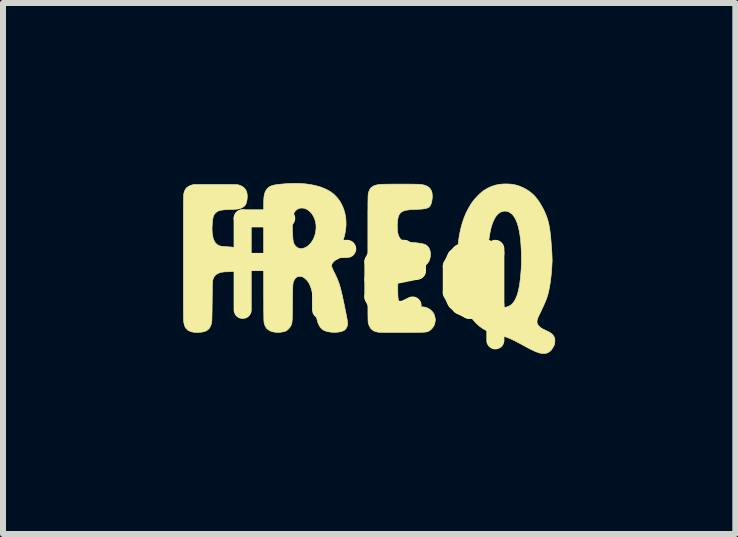
<source format=kicad_pcb>
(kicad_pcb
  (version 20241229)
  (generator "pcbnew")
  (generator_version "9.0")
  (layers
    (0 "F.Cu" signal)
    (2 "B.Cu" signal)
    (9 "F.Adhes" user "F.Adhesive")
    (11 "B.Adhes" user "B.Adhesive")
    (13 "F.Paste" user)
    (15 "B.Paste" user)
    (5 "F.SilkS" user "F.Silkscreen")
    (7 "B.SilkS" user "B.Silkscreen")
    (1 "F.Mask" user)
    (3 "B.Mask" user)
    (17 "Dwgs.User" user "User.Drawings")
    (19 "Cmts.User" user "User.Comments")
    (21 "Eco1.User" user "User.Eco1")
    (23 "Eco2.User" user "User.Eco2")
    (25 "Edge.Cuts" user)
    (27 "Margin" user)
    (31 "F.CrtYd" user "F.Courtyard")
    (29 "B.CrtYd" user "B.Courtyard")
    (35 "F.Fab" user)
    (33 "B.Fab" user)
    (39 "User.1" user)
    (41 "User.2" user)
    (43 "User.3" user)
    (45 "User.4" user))
  (footprint "Freq"
    (layer "F.Cu")
    (at 3.097 1.422)
    (property "Reference" "Freq" (at 0 0 0) (layer "F.SilkS") (effects (font (size 1.524 1.524) (thickness 0.3))))
    (attr through_hole)
    (fp_poly (pts (xy -2.495 -1.399) (xy -2.439 -1.399) (xy -2.39 -1.399) (xy -2.349 -1.399) (xy -2.313 -1.399) (xy -2.283 -1.398) (xy -2.258 -1.398) (xy -2.237 -1.398) (xy -2.221 -1.397) (xy -2.207 -1.396) (xy -2.197 -1.396) (xy -2.188 -1.395) (xy -2.182 -1.394) (xy -2.176 -1.392) (xy -2.172 -1.392) (xy -2.131 -1.377) (xy -2.097 -1.357) (xy -2.07 -1.333) (xy -2.05 -1.304) (xy -2.036 -1.269) (xy -2.029 -1.229) (xy -2.028 -1.2) (xy -2.029 -1.174) (xy -2.032 -1.146) (xy -2.037 -1.118) (xy -2.043 -1.093) (xy -2.049 -1.078) (xy -2.065 -1.05) (xy -2.088 -1.028) (xy -2.119 -1.01) (xy -2.156 -0.996) (xy -2.172 -0.992) (xy -2.185 -0.99) (xy -2.206 -0.988) (xy -2.233 -0.986) (xy -2.265 -0.984) (xy -2.301 -0.983) (xy -2.317 -0.982) (xy -2.364 -0.98) (xy -2.404 -0.978) (xy -2.437 -0.974) (xy -2.465 -0.97) (xy -2.488 -0.965) (xy -2.508 -0.958) (xy -2.525 -0.949) (xy -2.54 -0.939) (xy -2.554 -0.927) (xy -2.569 -0.912) (xy -2.58 -0.895) (xy -2.589 -0.876) (xy -2.597 -0.852) (xy -2.603 -0.824) (xy -2.607 -0.789) (xy -2.611 -0.747) (xy -2.612 -0.734) (xy -2.615 -0.665) (xy -2.613 -0.603) (xy -2.606 -0.549) (xy -2.596 -0.502) (xy -2.58 -0.462) (xy -2.561 -0.429) (xy -2.537 -0.404) (xy -2.509 -0.385) (xy -2.498 -0.381) (xy -2.487 -0.377) (xy -2.475 -0.373) (xy -2.459 -0.37) (xy -2.44 -0.368) (xy -2.416 -0.365) (xy -2.386 -0.363) (xy -2.349 -0.361) (xy -2.337 -0.36) (xy -2.284 -0.356) (xy -2.239 -0.35) (xy -2.2 -0.343) (xy -2.168 -0.334) (xy -2.141 -0.322) (xy -2.119 -0.309) (xy -2.105 -0.297) (xy -2.084 -0.27) (xy -2.068 -0.239) (xy -2.059 -0.204) (xy -2.055 -0.167) (xy -2.057 -0.129) (xy -2.066 -0.092) (xy -2.08 -0.056) (xy -2.101 -0.023) (xy -2.106 -0.017) (xy -2.123 0.000077) (xy -2.142 0.016) (xy -2.163 0.029) (xy -2.182 0.037) (xy -2.185 0.038) (xy -2.203 0.042) (xy -2.227 0.046) (xy -2.256 0.049) (xy -2.287 0.052) (xy -2.318 0.054) (xy -2.347 0.055) (xy -2.358 0.055) (xy -2.411 0.057) (xy -2.457 0.063) (xy -2.496 0.074) (xy -2.529 0.089) (xy -2.555 0.108) (xy -2.576 0.132) (xy -2.586 0.151) (xy -2.591 0.16) (xy -2.594 0.168) (xy -2.597 0.176) (xy -2.6 0.184) (xy -2.602 0.194) (xy -2.604 0.205) (xy -2.606 0.219) (xy -2.607 0.236) (xy -2.608 0.256) (xy -2.609 0.281) (xy -2.61 0.31) (xy -2.61 0.346) (xy -2.611 0.387) (xy -2.611 0.435) (xy -2.612 0.49) (xy -2.612 0.54) (xy -2.613 0.594) (xy -2.614 0.646) (xy -2.614 0.694) (xy -2.615 0.739) (xy -2.616 0.779) (xy -2.617 0.813) (xy -2.617 0.842) (xy -2.618 0.864) (xy -2.619 0.879) (xy -2.62 0.885) (xy -2.625 0.913) (xy -2.63 0.934) (xy -2.636 0.951) (xy -2.642 0.966) (xy -2.644 0.97) (xy -2.661 0.998) (xy -2.683 1.02) (xy -2.71 1.038) (xy -2.743 1.051) (xy -2.782 1.06) (xy -2.827 1.064) (xy -2.838 1.065) (xy -2.862 1.065) (xy -2.885 1.065) (xy -2.906 1.064) (xy -2.918 1.063) (xy -2.959 1.054) (xy -2.995 1.041) (xy -3.025 1.022) (xy -3.048 0.998) (xy -3.052 0.993) (xy -3.062 0.978) (xy -3.069 0.961) (xy -3.075 0.942) (xy -3.081 0.918) (xy -3.085 0.9) (xy -3.086 0.896) (xy -3.087 0.891) (xy -3.087 0.885) (xy -3.088 0.877) (xy -3.088 0.869) (xy -3.089 0.858) (xy -3.089 0.845) (xy -3.09 0.83) (xy -3.09 0.811) (xy -3.091 0.79) (xy -3.091 0.765) (xy -3.091 0.736) (xy -3.091 0.703) (xy -3.092 0.666) (xy -3.092 0.624) (xy -3.092 0.577) (xy -3.092 0.524) (xy -3.092 0.466) (xy -3.092 0.401) (xy -3.092 0.33) (xy -3.092 0.253) (xy -3.092 0.168) (xy -3.092 0.076) (xy -3.092 -0.024) (xy -3.092 -0.132) (xy -3.092 -0.178) (xy -3.092 -0.289) (xy -3.092 -0.392) (xy -3.092 -0.488) (xy -3.092 -0.575) (xy -3.092 -0.656) (xy -3.092 -0.73) (xy -3.092 -0.797) (xy -3.092 -0.858) (xy -3.092 -0.913) (xy -3.092 -0.962) (xy -3.092 -1.006) (xy -3.091 -1.045) (xy -3.091 -1.08) (xy -3.091 -1.11) (xy -3.091 -1.136) (xy -3.09 -1.159) (xy -3.09 -1.178) (xy -3.09 -1.194) (xy -3.089 -1.207) (xy -3.089 -1.218) (xy -3.088 -1.227) (xy -3.087 -1.234) (xy -3.087 -1.24) (xy -3.086 -1.244) (xy -3.085 -1.247) (xy -3.074 -1.287) (xy -3.058 -1.319) (xy -3.037 -1.345) (xy -3.011 -1.365) (xy -2.978 -1.381) (xy -2.952 -1.39) (xy -2.919 -1.399) (xy -2.559 -1.399) (xy -2.495 -1.399)) (stroke (width 0.01) (type solid)) (fill yes) (layer "F.SilkS"))
    (fp_poly (pts (xy 2.367 -1.404) (xy 2.426 -1.395) (xy 2.482 -1.38) (xy 2.537 -1.359) (xy 2.579 -1.34) (xy 2.631 -1.311) (xy 2.678 -1.279) (xy 2.722 -1.243) (xy 2.763 -1.203) (xy 2.801 -1.156) (xy 2.838 -1.104) (xy 2.874 -1.045) (xy 2.909 -0.98) (xy 2.936 -0.921) (xy 2.959 -0.864) (xy 2.978 -0.806) (xy 2.994 -0.745) (xy 3.007 -0.678) (xy 3.012 -0.646) (xy 3.016 -0.611) (xy 3.021 -0.571) (xy 3.026 -0.526) (xy 3.03 -0.479) (xy 3.034 -0.429) (xy 3.038 -0.379) (xy 3.042 -0.329) (xy 3.045 -0.281) (xy 3.047 -0.236) (xy 3.049 -0.195) (xy 3.05 -0.158) (xy 3.051 -0.129) (xy 3.05 -0.112) (xy 3.045 -0.021) (xy 3.039 0.067) (xy 3.03 0.151) (xy 3.02 0.23) (xy 3.008 0.303) (xy 2.995 0.37) (xy 2.98 0.431) (xy 2.964 0.484) (xy 2.952 0.518) (xy 2.944 0.538) (xy 2.933 0.564) (xy 2.92 0.593) (xy 2.906 0.625) (xy 2.891 0.657) (xy 2.876 0.69) (xy 2.862 0.72) (xy 2.849 0.747) (xy 2.838 0.77) (xy 2.83 0.786) (xy 2.83 0.787) (xy 2.813 0.822) (xy 2.803 0.853) (xy 2.798 0.88) (xy 2.8 0.905) (xy 2.808 0.929) (xy 2.808 0.929) (xy 2.822 0.95) (xy 2.842 0.971) (xy 2.867 0.991) (xy 2.896 1.008) (xy 2.902 1.012) (xy 2.92 1.02) (xy 2.943 1.031) (xy 2.967 1.043) (xy 2.982 1.05) (xy 3.018 1.069) (xy 3.046 1.09) (xy 3.068 1.114) (xy 3.084 1.14) (xy 3.085 1.142) (xy 3.091 1.155) (xy 3.094 1.167) (xy 3.096 1.18) (xy 3.096 1.198) (xy 3.096 1.206) (xy 3.095 1.235) (xy 3.09 1.26) (xy 3.082 1.284) (xy 3.069 1.31) (xy 3.058 1.327) (xy 3.034 1.361) (xy 3.006 1.387) (xy 2.976 1.405) (xy 2.943 1.415) (xy 2.906 1.418) (xy 2.865 1.413) (xy 2.857 1.412) (xy 2.83 1.405) (xy 2.801 1.395) (xy 2.767 1.382) (xy 2.73 1.365) (xy 2.689 1.345) (xy 2.642 1.321) (xy 2.589 1.292) (xy 2.572 1.282) (xy 2.511 1.249) (xy 2.456 1.22) (xy 2.406 1.195) (xy 2.359 1.173) (xy 2.315 1.155) (xy 2.271 1.138) (xy 2.227 1.124) (xy 2.182 1.11) (xy 2.138 1.099) (xy 2.102 1.09) (xy 2.072 1.082) (xy 2.048 1.074) (xy 2.026 1.067) (xy 2.006 1.059) (xy 1.985 1.05) (xy 1.966 1.041) (xy 1.902 1.006) (xy 1.841 0.963) (xy 1.785 0.913) (xy 1.734 0.856) (xy 1.687 0.792) (xy 1.644 0.721) (xy 1.606 0.643) (xy 1.573 0.557) (xy 1.544 0.465) (xy 1.531 0.415) (xy 1.514 0.338) (xy 1.5 0.256) (xy 1.488 0.169) (xy 1.479 0.075) (xy 1.477 0.055) (xy 1.475 0.028) (xy 1.474 -0.005) (xy 1.473 -0.044) (xy 1.473 -0.086) (xy 1.472 -0.13) (xy 1.472 -0.138) (xy 1.973 -0.138) (xy 1.973 -0.091) (xy 1.976 -0.038) (xy 1.98 0.023) (xy 1.986 0.09) (xy 1.993 0.165) (xy 1.994 0.173) (xy 2 0.217) (xy 2.008 0.265) (xy 2.019 0.315) (xy 2.031 0.364) (xy 2.044 0.411) (xy 2.057 0.453) (xy 2.068 0.482) (xy 2.087 0.521) (xy 2.108 0.557) (xy 2.132 0.587) (xy 2.156 0.612) (xy 2.181 0.629) (xy 2.182 0.63) (xy 2.213 0.641) (xy 2.247 0.646) (xy 2.283 0.644) (xy 2.296 0.641) (xy 2.333 0.627) (xy 2.366 0.606) (xy 2.397 0.577) (xy 2.423 0.54) (xy 2.447 0.495) (xy 2.468 0.443) (xy 2.477 0.413) (xy 2.491 0.36) (xy 2.503 0.3) (xy 2.513 0.234) (xy 2.522 0.162) (xy 2.529 0.085) (xy 2.535 0.006) (xy 2.538 -0.076) (xy 2.539 -0.097) (xy 2.539 -0.181) (xy 2.538 -0.264) (xy 2.534 -0.345) (xy 2.529 -0.423) (xy 2.522 -0.497) (xy 2.513 -0.565) (xy 2.502 -0.628) (xy 2.49 -0.683) (xy 2.489 -0.689) (xy 2.471 -0.748) (xy 2.451 -0.8) (xy 2.428 -0.844) (xy 2.403 -0.882) (xy 2.377 -0.909) (xy 2.346 -0.932) (xy 2.313 -0.948) (xy 2.279 -0.955) (xy 2.244 -0.954) (xy 2.21 -0.946) (xy 2.178 -0.93) (xy 2.147 -0.905) (xy 2.145 -0.903) (xy 2.118 -0.872) (xy 2.094 -0.835) (xy 2.072 -0.79) (xy 2.052 -0.739) (xy 2.034 -0.681) (xy 2.019 -0.615) (xy 2.006 -0.542) (xy 1.994 -0.462) (xy 1.985 -0.373) (xy 1.978 -0.277) (xy 1.973 -0.18) (xy 1.973 -0.138) (xy 1.472 -0.138) (xy 1.473 -0.174) (xy 1.473 -0.216) (xy 1.474 -0.256) (xy 1.475 -0.291) (xy 1.476 -0.32) (xy 1.477 -0.328) (xy 1.489 -0.442) (xy 1.504 -0.549) (xy 1.525 -0.65) (xy 1.55 -0.744) (xy 1.579 -0.833) (xy 1.613 -0.917) (xy 1.653 -0.995) (xy 1.697 -1.07) (xy 1.718 -1.101) (xy 1.741 -1.132) (xy 1.768 -1.164) (xy 1.798 -1.197) (xy 1.83 -1.229) (xy 1.861 -1.258) (xy 1.89 -1.282) (xy 1.911 -1.298) (xy 1.974 -1.336) (xy 2.039 -1.366) (xy 2.106 -1.388) (xy 2.176 -1.402) (xy 2.249 -1.408) (xy 2.303 -1.408) (xy 2.367 -1.404)) (stroke (width 0.01) (type solid)) (fill yes) (layer "F.SilkS"))
    (fp_poly (pts (xy 0.578 -1.405) (xy 0.625 -1.405) (xy 0.671 -1.405) (xy 0.713 -1.404) (xy 0.752 -1.404) (xy 0.785 -1.403) (xy 0.813 -1.403) (xy 0.834 -1.402) (xy 0.845 -1.401) (xy 0.893 -1.395) (xy 0.935 -1.385) (xy 0.97 -1.37) (xy 0.999 -1.35) (xy 1.021 -1.325) (xy 1.039 -1.295) (xy 1.043 -1.286) (xy 1.049 -1.261) (xy 1.053 -1.23) (xy 1.054 -1.196) (xy 1.052 -1.161) (xy 1.047 -1.126) (xy 1.04 -1.094) (xy 1.031 -1.068) (xy 1.022 -1.051) (xy 1.013 -1.037) (xy 1.002 -1.025) (xy 0.989 -1.015) (xy 0.972 -1.007) (xy 0.952 -1.001) (xy 0.927 -0.995) (xy 0.897 -0.991) (xy 0.86 -0.988) (xy 0.817 -0.985) (xy 0.766 -0.983) (xy 0.756 -0.982) (xy 0.712 -0.98) (xy 0.675 -0.978) (xy 0.645 -0.974) (xy 0.619 -0.97) (xy 0.597 -0.965) (xy 0.578 -0.958) (xy 0.565 -0.953) (xy 0.541 -0.94) (xy 0.522 -0.923) (xy 0.506 -0.903) (xy 0.494 -0.877) (xy 0.484 -0.846) (xy 0.477 -0.808) (xy 0.474 -0.775) (xy 0.471 -0.74) (xy 0.471 -0.703) (xy 0.472 -0.666) (xy 0.474 -0.631) (xy 0.478 -0.601) (xy 0.48 -0.587) (xy 0.492 -0.546) (xy 0.509 -0.512) (xy 0.531 -0.484) (xy 0.558 -0.463) (xy 0.569 -0.457) (xy 0.582 -0.452) (xy 0.596 -0.447) (xy 0.612 -0.443) (xy 0.632 -0.44) (xy 0.656 -0.437) (xy 0.685 -0.434) (xy 0.722 -0.432) (xy 0.726 -0.432) (xy 0.782 -0.428) (xy 0.832 -0.422) (xy 0.875 -0.415) (xy 0.91 -0.407) (xy 0.937 -0.397) (xy 0.942 -0.395) (xy 0.969 -0.376) (xy 0.992 -0.352) (xy 1.008 -0.321) (xy 1.019 -0.286) (xy 1.024 -0.247) (xy 1.024 -0.238) (xy 1.021 -0.194) (xy 1.012 -0.154) (xy 0.997 -0.118) (xy 0.976 -0.087) (xy 0.951 -0.062) (xy 0.922 -0.043) (xy 0.906 -0.036) (xy 0.896 -0.034) (xy 0.879 -0.031) (xy 0.856 -0.029) (xy 0.827 -0.026) (xy 0.794 -0.023) (xy 0.771 -0.021) (xy 0.731 -0.018) (xy 0.699 -0.016) (xy 0.673 -0.014) (xy 0.652 -0.012) (xy 0.635 -0.01) (xy 0.622 -0.009) (xy 0.611 -0.007) (xy 0.601 -0.005) (xy 0.591 -0.003) (xy 0.583 -0.002) (xy 0.552 0.009) (xy 0.526 0.025) (xy 0.507 0.046) (xy 0.494 0.074) (xy 0.488 0.095) (xy 0.486 0.108) (xy 0.484 0.128) (xy 0.483 0.154) (xy 0.482 0.185) (xy 0.481 0.22) (xy 0.48 0.257) (xy 0.479 0.294) (xy 0.479 0.332) (xy 0.479 0.369) (xy 0.48 0.403) (xy 0.48 0.433) (xy 0.482 0.458) (xy 0.482 0.464) (xy 0.485 0.5) (xy 0.489 0.527) (xy 0.495 0.549) (xy 0.502 0.567) (xy 0.511 0.58) (xy 0.518 0.587) (xy 0.527 0.596) (xy 0.538 0.603) (xy 0.55 0.609) (xy 0.564 0.614) (xy 0.581 0.618) (xy 0.602 0.622) (xy 0.628 0.625) (xy 0.66 0.627) (xy 0.699 0.63) (xy 0.744 0.632) (xy 0.762 0.633) (xy 0.797 0.634) (xy 0.831 0.636) (xy 0.861 0.638) (xy 0.888 0.64) (xy 0.909 0.641) (xy 0.924 0.643) (xy 0.929 0.644) (xy 0.965 0.654) (xy 1 0.672) (xy 1.032 0.696) (xy 1.06 0.725) (xy 1.074 0.746) (xy 1.084 0.766) (xy 1.093 0.791) (xy 1.1 0.818) (xy 1.104 0.843) (xy 1.105 0.855) (xy 1.102 0.882) (xy 1.096 0.912) (xy 1.087 0.941) (xy 1.081 0.955) (xy 1.067 0.978) (xy 1.048 1.001) (xy 1.028 1.022) (xy 1.007 1.037) (xy 1.004 1.038) (xy 0.996 1.043) (xy 0.989 1.047) (xy 0.982 1.05) (xy 0.975 1.053) (xy 0.966 1.055) (xy 0.956 1.057) (xy 0.944 1.059) (xy 0.929 1.061) (xy 0.911 1.062) (xy 0.89 1.063) (xy 0.864 1.063) (xy 0.833 1.064) (xy 0.796 1.064) (xy 0.754 1.065) (xy 0.705 1.065) (xy 0.649 1.065) (xy 0.585 1.065) (xy 0.561 1.065) (xy 0.505 1.065) (xy 0.451 1.065) (xy 0.399 1.065) (xy 0.351 1.065) (xy 0.306 1.065) (xy 0.267 1.065) (xy 0.232 1.064) (xy 0.204 1.064) (xy 0.182 1.063) (xy 0.167 1.063) (xy 0.161 1.063) (xy 0.118 1.054) (xy 0.082 1.041) (xy 0.051 1.021) (xy 0.026 0.995) (xy 0.007 0.963) (xy -0.008 0.924) (xy -0.011 0.912) (xy -0.012 0.909) (xy -0.013 0.905) (xy -0.014 0.9) (xy -0.014 0.894) (xy -0.015 0.886) (xy -0.015 0.877) (xy -0.016 0.865) (xy -0.016 0.851) (xy -0.017 0.834) (xy -0.017 0.814) (xy -0.017 0.791) (xy -0.018 0.763) (xy -0.018 0.732) (xy -0.018 0.696) (xy -0.018 0.656) (xy -0.019 0.611) (xy -0.019 0.56) (xy -0.019 0.503) (xy -0.019 0.441) (xy -0.019 0.372) (xy -0.019 0.297) (xy -0.019 0.215) (xy -0.019 0.125) (xy -0.019 0.028) (xy -0.019 -0.077) (xy -0.019 -0.167) (xy -0.019 -0.279) (xy -0.019 -0.382) (xy -0.019 -0.477) (xy -0.019 -0.565) (xy -0.019 -0.646) (xy -0.019 -0.72) (xy -0.019 -0.788) (xy -0.019 -0.849) (xy -0.019 -0.904) (xy -0.019 -0.954) (xy -0.018 -0.998) (xy -0.018 -1.037) (xy -0.018 -1.072) (xy -0.018 -1.103) (xy -0.017 -1.129) (xy -0.017 -1.152) (xy -0.017 -1.172) (xy -0.016 -1.188) (xy -0.016 -1.202) (xy -0.015 -1.214) (xy -0.015 -1.223) (xy -0.014 -1.231) (xy -0.014 -1.237) (xy -0.013 -1.242) (xy -0.012 -1.246) (xy -0.011 -1.25) (xy -0.011 -1.251) (xy -0.00027 -1.287) (xy 0.014 -1.318) (xy 0.033 -1.343) (xy 0.057 -1.363) (xy 0.086 -1.379) (xy 0.122 -1.39) (xy 0.164 -1.398) (xy 0.199 -1.401) (xy 0.215 -1.402) (xy 0.238 -1.403) (xy 0.268 -1.403) (xy 0.303 -1.404) (xy 0.343 -1.404) (xy 0.386 -1.405) (xy 0.432 -1.405) (xy 0.48 -1.405) (xy 0.529 -1.405) (xy 0.578 -1.405)) (stroke (width 0.01) (type solid)) (fill yes) (layer "F.SilkS"))
    (fp_poly (pts (xy -1.161 -1.416) (xy -1.065 -1.41) (xy -0.975 -1.398) (xy -0.891 -1.381) (xy -0.813 -1.359) (xy -0.741 -1.331) (xy -0.675 -1.299) (xy -0.616 -1.26) (xy -0.607 -1.254) (xy -0.56 -1.212) (xy -0.517 -1.164) (xy -0.479 -1.11) (xy -0.448 -1.052) (xy -0.422 -0.989) (xy -0.402 -0.923) (xy -0.389 -0.854) (xy -0.383 -0.783) (xy -0.383 -0.71) (xy -0.385 -0.691) (xy -0.394 -0.615) (xy -0.409 -0.543) (xy -0.43 -0.475) (xy -0.458 -0.409) (xy -0.493 -0.345) (xy -0.535 -0.28) (xy -0.57 -0.234) (xy -0.593 -0.204) (xy -0.612 -0.177) (xy -0.625 -0.152) (xy -0.633 -0.128) (xy -0.637 -0.104) (xy -0.635 -0.079) (xy -0.629 -0.051) (xy -0.618 -0.02) (xy -0.603 0.016) (xy -0.583 0.058) (xy -0.58 0.063) (xy -0.564 0.095) (xy -0.55 0.125) (xy -0.537 0.153) (xy -0.525 0.181) (xy -0.514 0.209) (xy -0.503 0.238) (xy -0.493 0.268) (xy -0.483 0.3) (xy -0.474 0.335) (xy -0.464 0.373) (xy -0.454 0.415) (xy -0.443 0.462) (xy -0.432 0.515) (xy -0.419 0.574) (xy -0.406 0.639) (xy -0.391 0.712) (xy -0.387 0.732) (xy -0.379 0.775) (xy -0.372 0.811) (xy -0.366 0.84) (xy -0.362 0.863) (xy -0.359 0.882) (xy -0.358 0.897) (xy -0.357 0.908) (xy -0.356 0.918) (xy -0.357 0.925) (xy -0.362 0.959) (xy -0.375 0.989) (xy -0.394 1.015) (xy -0.396 1.017) (xy -0.416 1.032) (xy -0.443 1.044) (xy -0.476 1.054) (xy -0.513 1.06) (xy -0.554 1.064) (xy -0.596 1.064) (xy -0.622 1.062) (xy -0.669 1.056) (xy -0.71 1.047) (xy -0.744 1.035) (xy -0.772 1.018) (xy -0.796 0.998) (xy -0.817 0.972) (xy -0.835 0.94) (xy -0.836 0.938) (xy -0.842 0.925) (xy -0.848 0.912) (xy -0.853 0.898) (xy -0.857 0.883) (xy -0.862 0.866) (xy -0.867 0.845) (xy -0.872 0.821) (xy -0.877 0.791) (xy -0.884 0.756) (xy -0.891 0.715) (xy -0.899 0.666) (xy -0.902 0.65) (xy -0.912 0.59) (xy -0.921 0.537) (xy -0.929 0.492) (xy -0.936 0.452) (xy -0.943 0.419) (xy -0.949 0.389) (xy -0.955 0.364) (xy -0.961 0.342) (xy -0.967 0.322) (xy -0.974 0.304) (xy -0.981 0.287) (xy -0.988 0.27) (xy -0.993 0.259) (xy -1.005 0.237) (xy -1.016 0.22) (xy -1.029 0.203) (xy -1.045 0.187) (xy -1.069 0.165) (xy -1.09 0.149) (xy -1.111 0.139) (xy -1.134 0.134) (xy -1.148 0.132) (xy -1.177 0.134) (xy -1.202 0.143) (xy -1.224 0.16) (xy -1.242 0.185) (xy -1.257 0.217) (xy -1.265 0.245) (xy -1.266 0.252) (xy -1.267 0.261) (xy -1.268 0.272) (xy -1.269 0.286) (xy -1.27 0.305) (xy -1.271 0.327) (xy -1.271 0.355) (xy -1.272 0.388) (xy -1.273 0.427) (xy -1.273 0.474) (xy -1.274 0.527) (xy -1.274 0.574) (xy -1.275 0.634) (xy -1.275 0.687) (xy -1.276 0.733) (xy -1.277 0.772) (xy -1.278 0.806) (xy -1.278 0.834) (xy -1.28 0.857) (xy -1.281 0.876) (xy -1.283 0.893) (xy -1.285 0.906) (xy -1.287 0.918) (xy -1.29 0.928) (xy -1.294 0.937) (xy -1.298 0.946) (xy -1.303 0.956) (xy -1.304 0.959) (xy -1.318 0.981) (xy -1.336 1.002) (xy -1.356 1.022) (xy -1.376 1.037) (xy -1.386 1.041) (xy -1.418 1.053) (xy -1.456 1.06) (xy -1.496 1.065) (xy -1.536 1.065) (xy -1.564 1.062) (xy -1.609 1.054) (xy -1.647 1.04) (xy -1.678 1.022) (xy -1.704 0.999) (xy -1.724 0.97) (xy -1.74 0.934) (xy -1.747 0.907) (xy -1.748 0.904) (xy -1.749 0.899) (xy -1.749 0.893) (xy -1.75 0.886) (xy -1.751 0.877) (xy -1.751 0.865) (xy -1.752 0.851) (xy -1.752 0.834) (xy -1.752 0.814) (xy -1.753 0.791) (xy -1.753 0.763) (xy -1.753 0.731) (xy -1.754 0.695) (xy -1.754 0.654) (xy -1.754 0.608) (xy -1.754 0.556) (xy -1.755 0.499) (xy -1.755 0.435) (xy -1.755 0.365) (xy -1.755 0.288) (xy -1.755 0.204) (xy -1.755 0.113) (xy -1.756 0.013) (xy -1.756 -0.094) (xy -1.756 -0.104) (xy -1.756 -0.212) (xy -1.756 -0.316) (xy -1.756 -0.416) (xy -1.756 -0.51) (xy -1.756 -0.599) (xy -1.756 -0.661) (xy -1.277 -0.661) (xy -1.276 -0.635) (xy -1.275 -0.606) (xy -1.273 -0.571) (xy -1.273 -0.565) (xy -1.27 -0.527) (xy -1.268 -0.496) (xy -1.265 -0.472) (xy -1.262 -0.452) (xy -1.258 -0.435) (xy -1.253 -0.421) (xy -1.248 -0.409) (xy -1.241 -0.396) (xy -1.239 -0.394) (xy -1.22 -0.368) (xy -1.196 -0.349) (xy -1.172 -0.338) (xy -1.15 -0.332) (xy -1.129 -0.331) (xy -1.107 -0.334) (xy -1.094 -0.337) (xy -1.064 -0.347) (xy -1.035 -0.363) (xy -1.006 -0.386) (xy -1.001 -0.39) (xy -0.965 -0.429) (xy -0.936 -0.473) (xy -0.912 -0.523) (xy -0.895 -0.578) (xy -0.887 -0.62) (xy -0.882 -0.674) (xy -0.883 -0.726) (xy -0.891 -0.777) (xy -0.905 -0.825) (xy -0.925 -0.869) (xy -0.95 -0.909) (xy -0.98 -0.943) (xy -1.015 -0.972) (xy -1.044 -0.989) (xy -1.079 -1.002) (xy -1.113 -1.007) (xy -1.147 -1.005) (xy -1.178 -0.995) (xy -1.206 -0.978) (xy -1.23 -0.955) (xy -1.249 -0.925) (xy -1.257 -0.907) (xy -1.26 -0.898) (xy -1.263 -0.887) (xy -1.265 -0.874) (xy -1.267 -0.857) (xy -1.269 -0.835) (xy -1.271 -0.807) (xy -1.273 -0.777) (xy -1.275 -0.741) (xy -1.276 -0.711) (xy -1.277 -0.685) (xy -1.277 -0.661) (xy -1.756 -0.661) (xy -1.756 -0.682) (xy -1.756 -0.759) (xy -1.756 -0.831) (xy -1.755 -0.896) (xy -1.755 -0.954) (xy -1.755 -1.005) (xy -1.755 -1.05) (xy -1.754 -1.087) (xy -1.754 -1.116) (xy -1.754 -1.137) (xy -1.753 -1.15) (xy -1.753 -1.152) (xy -1.749 -1.199) (xy -1.741 -1.238) (xy -1.731 -1.272) (xy -1.717 -1.3) (xy -1.699 -1.325) (xy -1.681 -1.343) (xy -1.666 -1.355) (xy -1.65 -1.366) (xy -1.631 -1.374) (xy -1.61 -1.382) (xy -1.585 -1.388) (xy -1.554 -1.394) (xy -1.517 -1.399) (xy -1.482 -1.403) (xy -1.369 -1.413) (xy -1.262 -1.417) (xy -1.161 -1.416)) (stroke (width 0.01) (type solid)) (fill yes) (layer "F.SilkS")))
  (gr_rect
    (start -3 -3)
    (end 9.199 5.845)
    (stroke (width 0.1) (type default))
    (fill no)
    (layer "Edge.Cuts")))
</source>
